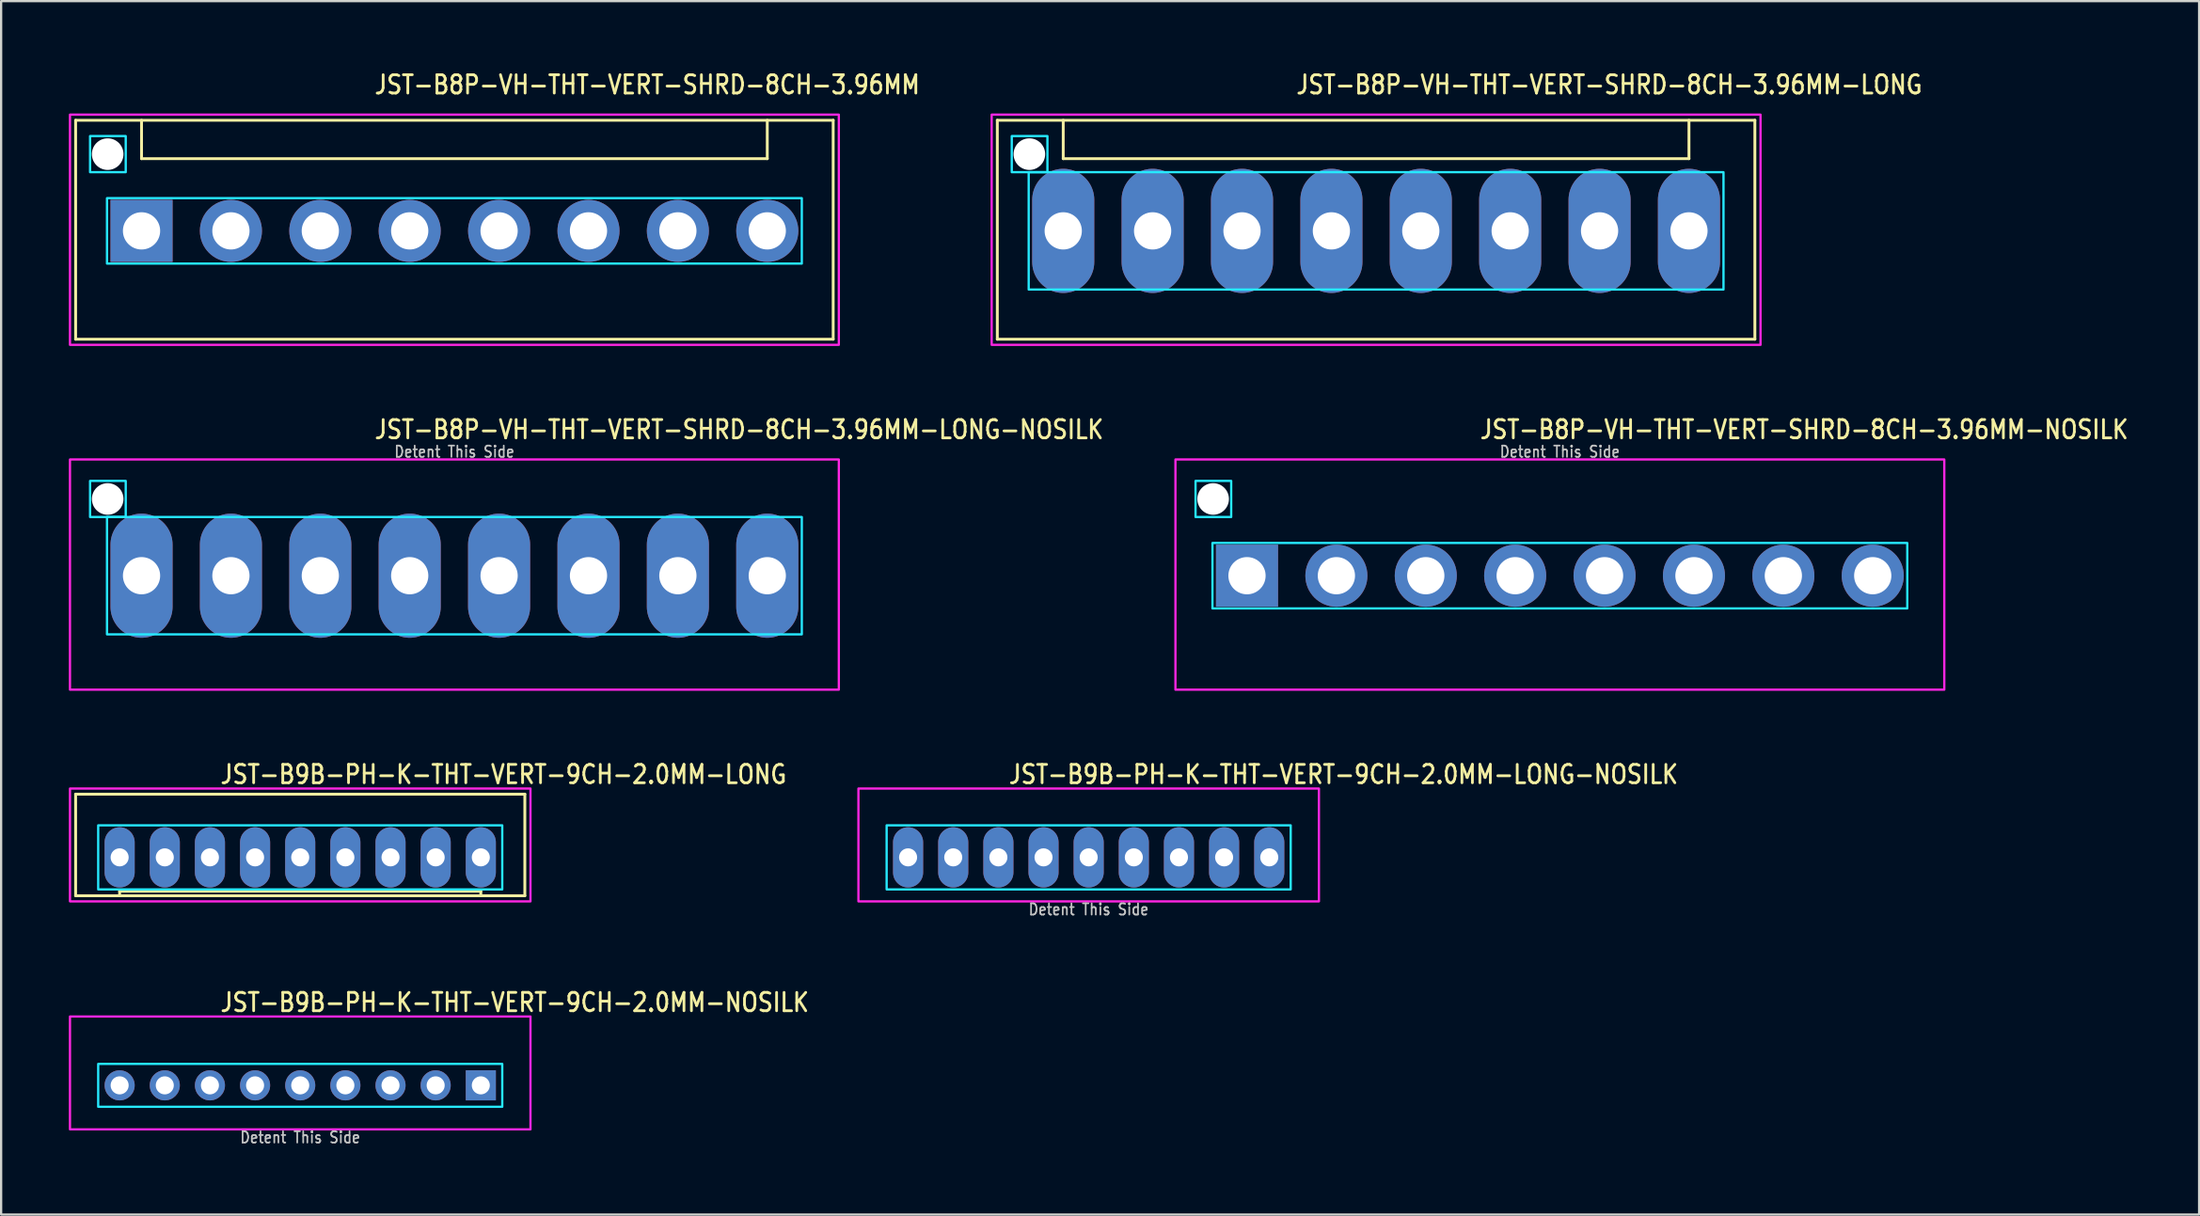
<source format=kicad_pcb>
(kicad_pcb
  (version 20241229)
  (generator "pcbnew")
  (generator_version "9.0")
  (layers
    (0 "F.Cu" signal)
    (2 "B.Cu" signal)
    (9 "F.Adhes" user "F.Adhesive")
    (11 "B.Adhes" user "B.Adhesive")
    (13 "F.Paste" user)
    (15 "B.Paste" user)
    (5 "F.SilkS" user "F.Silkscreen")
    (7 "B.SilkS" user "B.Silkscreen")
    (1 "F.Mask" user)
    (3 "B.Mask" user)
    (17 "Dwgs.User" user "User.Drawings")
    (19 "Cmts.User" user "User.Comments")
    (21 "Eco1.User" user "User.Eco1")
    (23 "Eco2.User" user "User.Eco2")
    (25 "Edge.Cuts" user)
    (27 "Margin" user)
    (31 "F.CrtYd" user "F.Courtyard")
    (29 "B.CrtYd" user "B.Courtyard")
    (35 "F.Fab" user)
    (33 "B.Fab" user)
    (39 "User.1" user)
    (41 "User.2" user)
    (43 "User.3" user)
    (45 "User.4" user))
  (footprint "JST-B8P-VH-THT-VERT-SHRD-8CH-3.96MM"
    (layer "F.Cu")
    (at 17.08 7.179)
    (property "Reference" "JST-B8P-VH-THT-VERT-SHRD-8CH-3.96MM" (at -3.6 -6 0) (unlocked yes) (layer "F.SilkS") (effects (font (size 0.813 0.695) (thickness 0.122)) (justify left bottom)))
    (fp_line (start -16.78 -4.9) (end 16.78 -4.9) (stroke (width 0.127) (type solid)) (layer "F.SilkS"))
    (fp_line (start -16.78 4.8) (end -16.78 -4.9) (stroke (width 0.127) (type solid)) (layer "F.SilkS"))
    (fp_line (start -16.78 4.8) (end 16.78 4.8) (stroke (width 0.127) (type solid)) (layer "F.SilkS"))
    (fp_line (start -13.86 -4.9) (end -13.86 -3.2) (stroke (width 0.127) (type solid)) (layer "F.SilkS"))
    (fp_line (start -13.86 -3.2) (end 13.86 -3.2) (stroke (width 0.127) (type solid)) (layer "F.SilkS"))
    (fp_line (start 13.86 -4.9) (end 13.86 -3.2) (stroke (width 0.127) (type solid)) (layer "F.SilkS"))
    (fp_line (start 16.78 -4.9) (end 16.78 4.8) (stroke (width 0.127) (type solid)) (layer "F.SilkS"))
    (fp_poly (pts (xy -15.39 -1.45) (xy -15.39 1.45) (xy 15.39 1.45) (xy 15.39 -1.45)) (stroke (width 0.1) (type solid)) (fill no) (layer "B.CrtYd"))
    (fp_poly (pts (xy -14.56 -4.2) (xy -14.56 -2.6) (xy -16.14 -2.6) (xy -16.14 -4.2)) (stroke (width 0.1) (type solid)) (fill no) (layer "B.CrtYd"))
    (fp_poly (pts (xy -17.03 -5.15) (xy -17.03 5.05) (xy 17.03 5.05) (xy 17.03 -5.15)) (stroke (width 0.1) (type solid)) (fill no) (layer "F.CrtYd"))
    (pad "" np_thru_hole circle (at -15.36 -3.4) (size 1.4 1.4) (drill 1.4) (layers "*.Cu" "*.Mask"))
    (pad "1" thru_hole rect (at -13.86 0) (size 2.75 2.75) (drill 1.65) (layers "*.Cu" "*.Mask"))
    (pad "2" thru_hole oval (at -9.9 0) (size 2.75 2.75) (drill 1.65) (layers "*.Cu" "*.Mask"))
    (pad "3" thru_hole oval (at -5.94 0) (size 2.75 2.75) (drill 1.65) (layers "*.Cu" "*.Mask"))
    (pad "4" thru_hole oval (at -1.98 0) (size 2.75 2.75) (drill 1.65) (layers "*.Cu" "*.Mask"))
    (pad "5" thru_hole oval (at 1.98 0) (size 2.75 2.75) (drill 1.65) (layers "*.Cu" "*.Mask"))
    (pad "6" thru_hole oval (at 5.94 0) (size 2.75 2.75) (drill 1.65) (layers "*.Cu" "*.Mask"))
    (pad "7" thru_hole oval (at 9.9 0) (size 2.75 2.75) (drill 1.65) (layers "*.Cu" "*.Mask"))
    (pad "8" thru_hole oval (at 13.86 0) (size 2.75 2.75) (drill 1.65) (layers "*.Cu" "*.Mask")))
  (footprint "JST-B8P-VH-THT-VERT-SHRD-8CH-3.96MM-LONG"
    (layer "F.Cu")
    (at 57.911 7.179)
    (property "Reference" "JST-B8P-VH-THT-VERT-SHRD-8CH-3.96MM-LONG" (at -3.6 -6 0) (unlocked yes) (layer "F.SilkS") (effects (font (size 0.813 0.695) (thickness 0.122)) (justify left bottom)))
    (fp_line (start -16.78 -4.9) (end 16.78 -4.9) (stroke (width 0.127) (type solid)) (layer "F.SilkS"))
    (fp_line (start -16.78 4.8) (end -16.78 -4.9) (stroke (width 0.127) (type solid)) (layer "F.SilkS"))
    (fp_line (start -16.78 4.8) (end 16.78 4.8) (stroke (width 0.127) (type solid)) (layer "F.SilkS"))
    (fp_line (start -13.86 -4.9) (end -13.86 -3.2) (stroke (width 0.127) (type solid)) (layer "F.SilkS"))
    (fp_line (start -13.86 -3.2) (end 13.86 -3.2) (stroke (width 0.127) (type solid)) (layer "F.SilkS"))
    (fp_line (start 13.86 -4.9) (end 13.86 -3.2) (stroke (width 0.127) (type solid)) (layer "F.SilkS"))
    (fp_line (start 16.78 -4.9) (end 16.78 4.8) (stroke (width 0.127) (type solid)) (layer "F.SilkS"))
    (fp_poly (pts (xy -15.39 -2.6) (xy -15.39 2.6) (xy 15.39 2.6) (xy 15.39 -2.6)) (stroke (width 0.1) (type solid)) (fill no) (layer "B.CrtYd"))
    (fp_poly (pts (xy -14.56 -4.2) (xy -14.56 -2.6) (xy -16.14 -2.6) (xy -16.14 -4.2)) (stroke (width 0.1) (type solid)) (fill no) (layer "B.CrtYd"))
    (fp_poly (pts (xy -17.03 -5.15) (xy -17.03 5.05) (xy 17.03 5.05) (xy 17.03 -5.15)) (stroke (width 0.1) (type solid)) (fill no) (layer "F.CrtYd"))
    (pad "" np_thru_hole circle (at -15.36 -3.4) (size 1.4 1.4) (drill 1.4) (layers "*.Cu" "*.Mask"))
    (pad "1" thru_hole oval (at -13.86 0 90) (size 5.5 2.75) (drill 1.65) (layers "*.Cu" "*.Mask"))
    (pad "2" thru_hole oval (at -9.9 0 90) (size 5.5 2.75) (drill 1.65) (layers "*.Cu" "*.Mask"))
    (pad "3" thru_hole oval (at -5.94 0 90) (size 5.5 2.75) (drill 1.65) (layers "*.Cu" "*.Mask"))
    (pad "4" thru_hole oval (at -1.98 0 90) (size 5.5 2.75) (drill 1.65) (layers "*.Cu" "*.Mask"))
    (pad "5" thru_hole oval (at 1.98 0 90) (size 5.5 2.75) (drill 1.65) (layers "*.Cu" "*.Mask"))
    (pad "6" thru_hole oval (at 5.94 0 90) (size 5.5 2.75) (drill 1.65) (layers "*.Cu" "*.Mask"))
    (pad "7" thru_hole oval (at 9.9 0 90) (size 5.5 2.75) (drill 1.65) (layers "*.Cu" "*.Mask"))
    (pad "8" thru_hole oval (at 13.86 0 90) (size 5.5 2.75) (drill 1.65) (layers "*.Cu" "*.Mask")))
  (footprint "JST-B9B-PH-K-THT-VERT-9CH-2.0MM-NOSILK"
    (layer "F.Cu")
    (at 10.25 45.037)
    (property "Reference" "JST-B9B-PH-K-THT-VERT-9CH-2.0MM-NOSILK" (at -3.6 -3.2 0) (unlocked yes) (layer "F.SilkS") (effects (font (size 0.813 0.695) (thickness 0.122)) (justify left bottom)))
    (fp_poly (pts (xy -8.95 -0.95) (xy -8.95 0.95) (xy 8.95 0.95) (xy 8.95 -0.95)) (stroke (width 0.1) (type solid)) (fill no) (layer "B.CrtYd"))
    (fp_poly (pts (xy -10.2 1.95) (xy -10.2 -3.05) (xy 10.2 -3.05) (xy 10.2 1.95)) (stroke (width 0.1) (type solid)) (fill no) (layer "F.CrtYd"))
    (fp_text user "Detent This Side" (at 0 2.6 0) (unlocked yes) (layer "Dwgs.User") (effects (font (size 0.5 0.427) (thickness 0.075)) (justify bottom)))
    (pad "P$1" thru_hole rect (at 8 0) (size 1.333 1.333) (drill 0.8) (layers "*.Cu" "*.Mask"))
    (pad "P$2" thru_hole oval (at 6 0) (size 1.333 1.333) (drill 0.8) (layers "*.Cu" "*.Mask"))
    (pad "P$3" thru_hole oval (at 4 0) (size 1.333 1.333) (drill 0.8) (layers "*.Cu" "*.Mask"))
    (pad "P$4" thru_hole oval (at 2 0) (size 1.333 1.333) (drill 0.8) (layers "*.Cu" "*.Mask"))
    (pad "P$5" thru_hole oval (at 0 0) (size 1.333 1.333) (drill 0.8) (layers "*.Cu" "*.Mask"))
    (pad "P$6" thru_hole oval (at -2 0) (size 1.333 1.333) (drill 0.8) (layers "*.Cu" "*.Mask"))
    (pad "P$7" thru_hole oval (at -4 0) (size 1.333 1.333) (drill 0.8) (layers "*.Cu" "*.Mask"))
    (pad "P$8" thru_hole oval (at -6 0) (size 1.333 1.333) (drill 0.8) (layers "*.Cu" "*.Mask"))
    (pad "P$9" thru_hole oval (at -8 0) (size 1.333 1.333) (drill 0.8) (layers "*.Cu" "*.Mask")))
  (footprint "JST-B9B-PH-K-THT-VERT-9CH-2.0MM-LONG-NOSILK"
    (layer "F.Cu")
    (at 45.178 34.936)
    (property "Reference" "JST-B9B-PH-K-THT-VERT-9CH-2.0MM-LONG-NOSILK" (at -3.6 -3.2 0) (unlocked yes) (layer "F.SilkS") (effects (font (size 0.813 0.695) (thickness 0.122)) (justify left bottom)))
    (fp_poly (pts (xy -8.95 -1.42) (xy -8.95 1.42) (xy 8.95 1.42) (xy 8.95 -1.42)) (stroke (width 0.1) (type solid)) (fill no) (layer "B.CrtYd"))
    (fp_poly (pts (xy -10.2 1.95) (xy -10.2 -3.05) (xy 10.2 -3.05) (xy 10.2 1.95)) (stroke (width 0.1) (type solid)) (fill no) (layer "F.CrtYd"))
    (fp_text user "Detent This Side" (at 0 2.6 0) (unlocked yes) (layer "Dwgs.User") (effects (font (size 0.5 0.427) (thickness 0.075)) (justify bottom)))
    (pad "1" thru_hole oval (at 8 0 90) (size 2.667 1.333) (drill 0.8) (layers "*.Cu" "*.Mask"))
    (pad "2" thru_hole oval (at 6 0 90) (size 2.667 1.333) (drill 0.8) (layers "*.Cu" "*.Mask"))
    (pad "3" thru_hole oval (at 4 0 90) (size 2.667 1.333) (drill 0.8) (layers "*.Cu" "*.Mask"))
    (pad "4" thru_hole oval (at 2 0 90) (size 2.667 1.333) (drill 0.8) (layers "*.Cu" "*.Mask"))
    (pad "5" thru_hole oval (at 0 0 90) (size 2.667 1.333) (drill 0.8) (layers "*.Cu" "*.Mask"))
    (pad "6" thru_hole oval (at -2 0 90) (size 2.667 1.333) (drill 0.8) (layers "*.Cu" "*.Mask"))
    (pad "7" thru_hole oval (at -4 0 90) (size 2.667 1.333) (drill 0.8) (layers "*.Cu" "*.Mask"))
    (pad "8" thru_hole oval (at -6 0 90) (size 2.667 1.333) (drill 0.8) (layers "*.Cu" "*.Mask"))
    (pad "9" thru_hole oval (at -8 0 90) (size 2.667 1.333) (drill 0.8) (layers "*.Cu" "*.Mask")))
  (footprint "JST-B8P-VH-THT-VERT-SHRD-8CH-3.96MM-NOSILK"
    (layer "F.Cu")
    (at 66.052 22.457)
    (property "Reference" "JST-B8P-VH-THT-VERT-SHRD-8CH-3.96MM-NOSILK" (at -3.6 -6 0) (unlocked yes) (layer "F.SilkS") (effects (font (size 0.813 0.695) (thickness 0.122)) (justify left bottom)))
    (fp_poly (pts (xy -15.39 -1.45) (xy -15.39 1.45) (xy 15.39 1.45) (xy 15.39 -1.45)) (stroke (width 0.1) (type solid)) (fill no) (layer "B.CrtYd"))
    (fp_poly (pts (xy -14.56 -4.2) (xy -14.56 -2.6) (xy -16.14 -2.6) (xy -16.14 -4.2)) (stroke (width 0.1) (type solid)) (fill no) (layer "B.CrtYd"))
    (fp_poly (pts (xy -17.03 -5.15) (xy -17.03 5.05) (xy 17.03 5.05) (xy 17.03 -5.15)) (stroke (width 0.1) (type solid)) (fill no) (layer "F.CrtYd"))
    (fp_text user "Detent This Side" (at 0 -5.2 0) (unlocked yes) (layer "Dwgs.User") (effects (font (size 0.5 0.427) (thickness 0.075)) (justify bottom)))
    (pad "" np_thru_hole circle (at -15.36 -3.4) (size 1.4 1.4) (drill 1.4) (layers "*.Cu" "*.Mask"))
    (pad "P$1" thru_hole rect (at -13.86 0) (size 2.75 2.75) (drill 1.65) (layers "*.Cu" "*.Mask"))
    (pad "P$2" thru_hole oval (at -9.9 0) (size 2.75 2.75) (drill 1.65) (layers "*.Cu" "*.Mask"))
    (pad "P$3" thru_hole oval (at -5.94 0) (size 2.75 2.75) (drill 1.65) (layers "*.Cu" "*.Mask"))
    (pad "P$4" thru_hole oval (at -1.98 0) (size 2.75 2.75) (drill 1.65) (layers "*.Cu" "*.Mask"))
    (pad "P$5" thru_hole oval (at 1.98 0) (size 2.75 2.75) (drill 1.65) (layers "*.Cu" "*.Mask"))
    (pad "P$6" thru_hole oval (at 5.94 0) (size 2.75 2.75) (drill 1.65) (layers "*.Cu" "*.Mask"))
    (pad "P$7" thru_hole oval (at 9.9 0) (size 2.75 2.75) (drill 1.65) (layers "*.Cu" "*.Mask"))
    (pad "P$8" thru_hole oval (at 13.86 0) (size 2.75 2.75) (drill 1.65) (layers "*.Cu" "*.Mask")))
  (footprint "JST-B8P-VH-THT-VERT-SHRD-8CH-3.96MM-LONG-NOSILK"
    (layer "F.Cu")
    (at 17.08 22.457)
    (property "Reference" "JST-B8P-VH-THT-VERT-SHRD-8CH-3.96MM-LONG-NOSILK" (at -3.6 -6 0) (unlocked yes) (layer "F.SilkS") (effects (font (size 0.813 0.695) (thickness 0.122)) (justify left bottom)))
    (fp_poly (pts (xy -15.39 -2.6) (xy -15.39 2.6) (xy 15.39 2.6) (xy 15.39 -2.6)) (stroke (width 0.1) (type solid)) (fill no) (layer "B.CrtYd"))
    (fp_poly (pts (xy -14.56 -4.2) (xy -14.56 -2.6) (xy -16.14 -2.6) (xy -16.14 -4.2)) (stroke (width 0.1) (type solid)) (fill no) (layer "B.CrtYd"))
    (fp_poly (pts (xy -17.03 -5.15) (xy -17.03 5.05) (xy 17.03 5.05) (xy 17.03 -5.15)) (stroke (width 0.1) (type solid)) (fill no) (layer "F.CrtYd"))
    (fp_text user "Detent This Side" (at 0 -5.2 0) (unlocked yes) (layer "Dwgs.User") (effects (font (size 0.5 0.427) (thickness 0.075)) (justify bottom)))
    (pad "" np_thru_hole circle (at -15.36 -3.4) (size 1.4 1.4) (drill 1.4) (layers "*.Cu" "*.Mask"))
    (pad "1" thru_hole oval (at -13.86 0 90) (size 5.5 2.75) (drill 1.65) (layers "*.Cu" "*.Mask"))
    (pad "2" thru_hole oval (at -9.9 0 90) (size 5.5 2.75) (drill 1.65) (layers "*.Cu" "*.Mask"))
    (pad "3" thru_hole oval (at -5.94 0 90) (size 5.5 2.75) (drill 1.65) (layers "*.Cu" "*.Mask"))
    (pad "4" thru_hole oval (at -1.98 0 90) (size 5.5 2.75) (drill 1.65) (layers "*.Cu" "*.Mask"))
    (pad "5" thru_hole oval (at 1.98 0 90) (size 5.5 2.75) (drill 1.65) (layers "*.Cu" "*.Mask"))
    (pad "6" thru_hole oval (at 5.94 0 90) (size 5.5 2.75) (drill 1.65) (layers "*.Cu" "*.Mask"))
    (pad "7" thru_hole oval (at 9.9 0 90) (size 5.5 2.75) (drill 1.65) (layers "*.Cu" "*.Mask"))
    (pad "8" thru_hole oval (at 13.86 0 90) (size 5.5 2.75) (drill 1.65) (layers "*.Cu" "*.Mask")))
  (footprint "JST-B9B-PH-K-THT-VERT-9CH-2.0MM-LONG"
    (layer "F.Cu")
    (at 10.25 34.936)
    (property "Reference" "JST-B9B-PH-K-THT-VERT-9CH-2.0MM-LONG" (at -3.6 -3.2 0) (unlocked yes) (layer "F.SilkS") (effects (font (size 0.813 0.695) (thickness 0.122)) (justify left bottom)))
    (fp_line (start -9.95 -2.8) (end -9.95 1.7) (stroke (width 0.127) (type solid)) (layer "F.SilkS"))
    (fp_line (start -9.95 -2.8) (end 9.95 -2.8) (stroke (width 0.127) (type solid)) (layer "F.SilkS"))
    (fp_line (start -9.95 1.7) (end 9.95 1.7) (stroke (width 0.127) (type solid)) (layer "F.SilkS"))
    (fp_line (start -8 1.7) (end -8 1.5) (stroke (width 0.127) (type solid)) (layer "F.SilkS"))
    (fp_line (start 8 1.5) (end -8 1.5) (stroke (width 0.127) (type solid)) (layer "F.SilkS"))
    (fp_line (start 8 1.7) (end 8 1.5) (stroke (width 0.127) (type solid)) (layer "F.SilkS"))
    (fp_line (start 9.95 1.7) (end 9.95 -2.8) (stroke (width 0.127) (type solid)) (layer "F.SilkS"))
    (fp_poly (pts (xy -8.95 -1.42) (xy -8.95 1.42) (xy 8.95 1.42) (xy 8.95 -1.42)) (stroke (width 0.1) (type solid)) (fill no) (layer "B.CrtYd"))
    (fp_poly (pts (xy -10.2 1.95) (xy -10.2 -3.05) (xy 10.2 -3.05) (xy 10.2 1.95)) (stroke (width 0.1) (type solid)) (fill no) (layer "F.CrtYd"))
    (pad "1" thru_hole oval (at 8 0 90) (size 2.667 1.333) (drill 0.8) (layers "*.Cu" "*.Mask"))
    (pad "2" thru_hole oval (at 6 0 90) (size 2.667 1.333) (drill 0.8) (layers "*.Cu" "*.Mask"))
    (pad "3" thru_hole oval (at 4 0 90) (size 2.667 1.333) (drill 0.8) (layers "*.Cu" "*.Mask"))
    (pad "4" thru_hole oval (at 2 0 90) (size 2.667 1.333) (drill 0.8) (layers "*.Cu" "*.Mask"))
    (pad "5" thru_hole oval (at 0 0 90) (size 2.667 1.333) (drill 0.8) (layers "*.Cu" "*.Mask"))
    (pad "6" thru_hole oval (at -2 0 90) (size 2.667 1.333) (drill 0.8) (layers "*.Cu" "*.Mask"))
    (pad "7" thru_hole oval (at -4 0 90) (size 2.667 1.333) (drill 0.8) (layers "*.Cu" "*.Mask"))
    (pad "8" thru_hole oval (at -6 0 90) (size 2.667 1.333) (drill 0.8) (layers "*.Cu" "*.Mask"))
    (pad "9" thru_hole oval (at -8 0 90) (size 2.667 1.333) (drill 0.8) (layers "*.Cu" "*.Mask")))
  (gr_rect
    (start -3 -3)
    (end 94.37 50.761)
    (stroke (width 0.1) (type default))
    (fill no)
    (layer "Edge.Cuts")))
</source>
